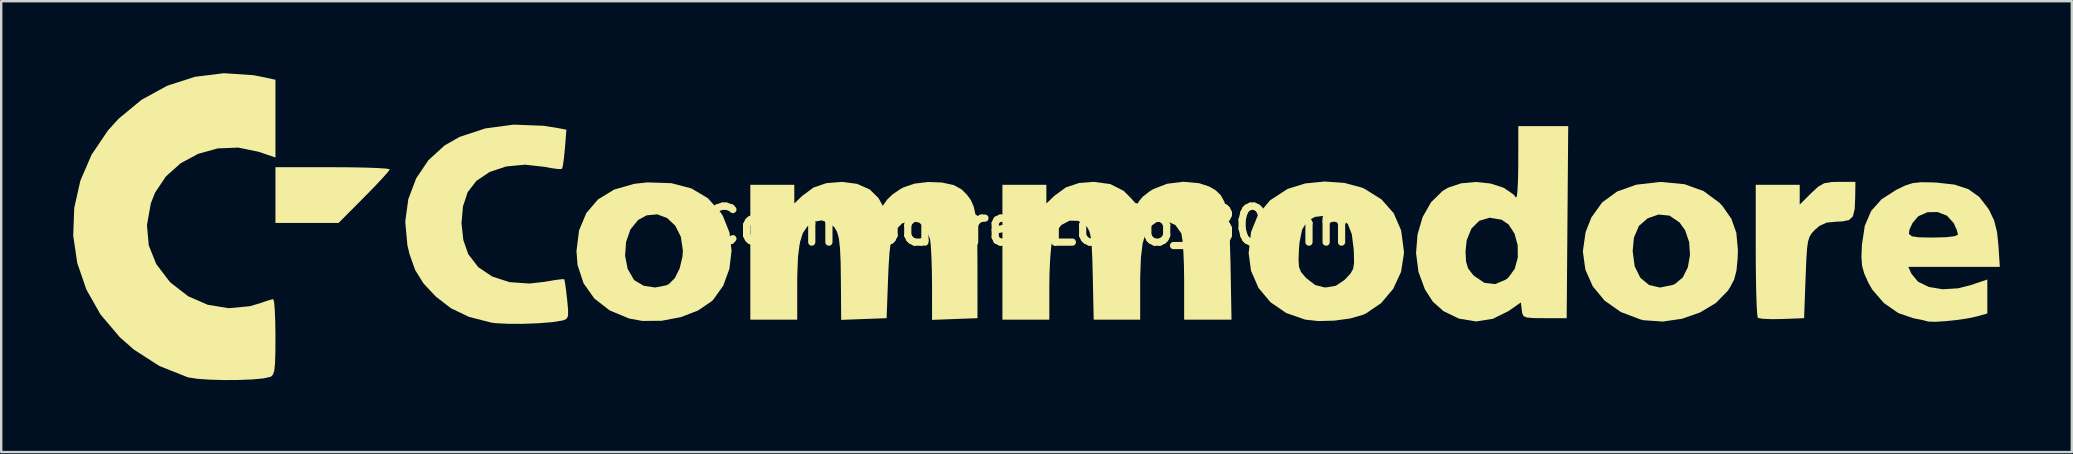
<source format=kicad_pcb>
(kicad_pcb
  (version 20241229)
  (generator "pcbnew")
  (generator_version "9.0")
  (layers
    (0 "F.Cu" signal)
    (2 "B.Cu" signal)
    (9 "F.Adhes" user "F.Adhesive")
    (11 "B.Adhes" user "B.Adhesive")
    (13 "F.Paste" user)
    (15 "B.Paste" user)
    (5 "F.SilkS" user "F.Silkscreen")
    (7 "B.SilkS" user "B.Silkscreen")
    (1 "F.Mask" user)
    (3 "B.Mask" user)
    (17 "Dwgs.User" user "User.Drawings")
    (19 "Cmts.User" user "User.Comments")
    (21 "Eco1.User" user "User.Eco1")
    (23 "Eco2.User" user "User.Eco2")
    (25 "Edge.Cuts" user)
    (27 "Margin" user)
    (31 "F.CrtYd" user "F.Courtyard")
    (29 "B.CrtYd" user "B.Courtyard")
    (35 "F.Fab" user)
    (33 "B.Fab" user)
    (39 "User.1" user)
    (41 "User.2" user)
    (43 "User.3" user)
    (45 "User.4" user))
  (footprint "Commodore_Logo_80mm"
    (layer "F.Cu")
    (at 40.053 6.358)
    (property "Reference" "Commodore_Logo_80mm" (at 0 0 0) (layer "F.SilkS") (effects (font (size 1.5 1.5) (thickness 0.3))))
    (attr board_only exclude_from_pos_files exclude_from_bom)
    (fp_poly (pts (xy -28.202 1.069) (xy -27.813 1.476) (xy -27.455 1.857) (xy -27.185 2.15) (xy -27.115 2.229) (xy -26.823 2.564) (xy -29.225 2.564) (xy -31.628 2.564) (xy -31.628 1.404) (xy -31.628 0.244) (xy -30.312 0.244) (xy -28.996 0.244)) (stroke (width 0) (type solid)) (fill yes) (layer "F.Mask"))
    (fp_poly (pts (xy -28.514 -2.438) (xy -27.873 -2.426) (xy -27.36 -2.407) (xy -27.013 -2.384) (xy -26.867 -2.357) (xy -26.865 -2.353) (xy -26.947 -2.237) (xy -27.169 -1.986) (xy -27.498 -1.636) (xy -27.902 -1.223) (xy -27.931 -1.193) (xy -28.997 -0.122) (xy -30.313 -0.122) (xy -31.628 -0.122) (xy -31.628 -1.282) (xy -31.628 -2.442) (xy -29.247 -2.442)) (stroke (width 0) (type solid)) (fill yes) (layer "F.SilkS"))
    (fp_poly (pts (xy 34.184 -1.191) (xy 34.162 -0.695) (xy 34.087 -0.394) (xy 33.924 -0.24) (xy 33.636 -0.183) (xy 33.424 -0.175) (xy 32.998 -0.135) (xy 32.696 0.001) (xy 32.508 0.163) (xy 32.375 0.306) (xy 32.282 0.454) (xy 32.219 0.655) (xy 32.177 0.953) (xy 32.148 1.395) (xy 32.122 2.027) (xy 32.116 2.17) (xy 32.055 3.847) (xy 31.134 3.882) (xy 30.68 3.888) (xy 30.326 3.872) (xy 30.137 3.838) (xy 30.126 3.831) (xy 30.102 3.689) (xy 30.079 3.339) (xy 30.061 2.816) (xy 30.048 2.158) (xy 30.041 1.4) (xy 30.04 1.018) (xy 30.04 -1.71) (xy 30.956 -1.71) (xy 31.872 -1.71) (xy 31.872 -1.297) (xy 31.872 -0.884) (xy 32.346 -1.358) (xy 32.645 -1.634) (xy 32.896 -1.775) (xy 33.209 -1.826) (xy 33.506 -1.832) (xy 34.192 -1.832)) (stroke (width 0) (type solid)) (fill yes) (layer "F.SilkS"))
    (fp_poly (pts (xy -15.138 -1.777) (xy -14.3 -1.559) (xy -13.616 -1.153) (xy -13.082 -0.559) (xy -12.985 -0.404) (xy -12.713 0.279) (xy -12.627 1.033) (xy -12.717 1.793) (xy -12.975 2.497) (xy -13.392 3.08) (xy -13.453 3.139) (xy -14.024 3.528) (xy -14.745 3.805) (xy -15.541 3.955) (xy -16.337 3.962) (xy -16.892 3.862) (xy -17.703 3.525) (xy -18.342 3.029) (xy -18.793 2.392) (xy -19.042 1.634) (xy -19.073 1.244) (xy -17.062 1.244) (xy -16.956 1.792) (xy -16.701 2.236) (xy -16.665 2.274) (xy -16.287 2.497) (xy -15.812 2.569) (xy -15.343 2.478) (xy -15.246 2.432) (xy -14.991 2.18) (xy -14.787 1.767) (xy -14.67 1.274) (xy -14.654 1.03) (xy -14.74 0.454) (xy -14.973 -0.007) (xy -15.313 -0.326) (xy -15.724 -0.479) (xy -16.165 -0.437) (xy -16.521 -0.242) (xy -16.84 0.151) (xy -17.021 0.672) (xy -17.062 1.244) (xy -19.073 1.244) (xy -19.088 1.057) (xy -18.979 0.189) (xy -18.677 -0.533) (xy -18.188 -1.101) (xy -17.521 -1.509) (xy -16.681 -1.75) (xy -16.133 -1.81)) (stroke (width 0) (type solid)) (fill yes) (layer "F.SilkS"))
    (fp_poly (pts (xy 27.073 -1.734) (xy 27.867 -1.448) (xy 28.52 -0.967) (xy 28.655 -0.824) (xy 29.024 -0.296) (xy 29.232 0.292) (xy 29.297 1.004) (xy 29.287 1.349) (xy 29.237 1.867) (xy 29.137 2.246) (xy 28.954 2.589) (xy 28.872 2.71) (xy 28.382 3.213) (xy 27.726 3.607) (xy 26.967 3.872) (xy 26.166 3.988) (xy 25.386 3.934) (xy 25.245 3.903) (xy 24.416 3.589) (xy 23.746 3.118) (xy 23.25 2.519) (xy 22.942 1.824) (xy 22.838 1.062) (xy 22.84 1.05) (xy 24.912 1.05) (xy 24.996 1.684) (xy 25.232 2.163) (xy 25.595 2.465) (xy 26.056 2.571) (xy 26.592 2.459) (xy 26.67 2.426) (xy 26.999 2.152) (xy 27.212 1.726) (xy 27.302 1.212) (xy 27.266 0.676) (xy 27.097 0.181) (xy 26.864 -0.142) (xy 26.448 -0.425) (xy 25.99 -0.47) (xy 25.54 -0.314) (xy 25.174 0.001) (xy 24.966 0.49) (xy 24.912 1.05) (xy 22.84 1.05) (xy 22.952 0.264) (xy 23.194 -0.351) (xy 23.644 -0.977) (xy 24.267 -1.431) (xy 25.062 -1.714) (xy 26.025 -1.824) (xy 26.133 -1.825)) (stroke (width 0) (type solid)) (fill yes) (layer "F.SilkS"))
    (fp_poly (pts (xy -20.459 -4.168) (xy -19.859 -4.073) (xy -19.507 -4.004) (xy -19.57 -3.216) (xy -19.611 -2.803) (xy -19.655 -2.498) (xy -19.69 -2.372) (xy -19.831 -2.364) (xy -20.134 -2.404) (xy -20.397 -2.455) (xy -21.235 -2.548) (xy -22.018 -2.473) (xy -22.707 -2.243) (xy -23.26 -1.87) (xy -23.619 -1.404) (xy -23.816 -0.809) (xy -23.877 -0.112) (xy -23.802 0.587) (xy -23.597 1.178) (xy -23.18 1.721) (xy -22.595 2.114) (xy -21.875 2.346) (xy -21.054 2.404) (xy -20.439 2.336) (xy -20.028 2.266) (xy -19.725 2.225) (xy -19.597 2.223) (xy -19.597 2.223) (xy -19.568 2.353) (xy -19.524 2.66) (xy -19.477 3.067) (xy -19.436 3.499) (xy -19.438 3.748) (xy -19.496 3.872) (xy -19.625 3.931) (xy -19.679 3.945) (xy -20.095 4.012) (xy -20.667 4.058) (xy -21.309 4.083) (xy -21.932 4.082) (xy -22.45 4.055) (xy -22.649 4.029) (xy -23.565 3.793) (xy -24.323 3.43) (xy -24.95 2.944) (xy -25.46 2.4) (xy -25.807 1.842) (xy -26.044 1.177) (xy -26.132 0.801) (xy -26.221 -0.172) (xy -26.094 -1.109) (xy -25.768 -1.973) (xy -25.259 -2.73) (xy -24.585 -3.346) (xy -23.959 -3.704) (xy -22.881 -4.059) (xy -21.7 -4.216)) (stroke (width 0) (type solid)) (fill yes) (layer "F.SilkS"))
    (fp_poly (pts (xy 12.898 -1.789) (xy 13.629 -1.593) (xy 13.739 -1.545) (xy 14.45 -1.101) (xy 14.958 -0.525) (xy 15.268 0.191) (xy 15.382 1.053) (xy 15.383 1.16) (xy 15.264 1.92) (xy 14.937 2.624) (xy 14.435 3.22) (xy 13.795 3.654) (xy 13.672 3.709) (xy 13.144 3.86) (xy 12.491 3.949) (xy 11.825 3.967) (xy 11.274 3.908) (xy 10.478 3.631) (xy 9.819 3.178) (xy 9.321 2.579) (xy 9.012 1.866) (xy 8.954 1.428) (xy 10.993 1.428) (xy 11.014 1.718) (xy 11.096 1.922) (xy 11.259 2.118) (xy 11.334 2.194) (xy 11.685 2.466) (xy 12.061 2.562) (xy 12.15 2.564) (xy 12.544 2.498) (xy 12.892 2.267) (xy 12.967 2.194) (xy 13.162 1.983) (xy 13.268 1.791) (xy 13.307 1.537) (xy 13.299 1.145) (xy 13.29 0.972) (xy 13.212 0.347) (xy 13.047 -0.072) (xy 12.769 -0.318) (xy 12.352 -0.42) (xy 12.15 -0.427) (xy 11.674 -0.372) (xy 11.346 -0.185) (xy 11.14 0.164) (xy 11.032 0.706) (xy 11.011 0.972) (xy 10.993 1.428) (xy 8.954 1.428) (xy 8.915 1.133) (xy 9.014 0.26) (xy 9.31 -0.471) (xy 9.806 -1.062) (xy 10.504 -1.517) (xy 10.562 -1.545) (xy 11.268 -1.765) (xy 12.079 -1.846)) (stroke (width 0) (type solid)) (fill yes) (layer "F.SilkS"))
    (fp_poly (pts (xy 22.196 -0.153) (xy 22.164 3.847) (xy 21.248 3.847) (xy 20.782 3.843) (xy 20.506 3.82) (xy 20.367 3.758) (xy 20.312 3.64) (xy 20.294 3.519) (xy 20.256 3.19) (xy 19.745 3.549) (xy 19.09 3.873) (xy 18.388 3.983) (xy 17.699 3.87) (xy 17.653 3.854) (xy 17.036 3.557) (xy 16.588 3.16) (xy 16.259 2.649) (xy 15.988 1.911) (xy 15.889 1.13) (xy 15.894 1.064) (xy 17.951 1.064) (xy 17.971 1.486) (xy 18.055 1.769) (xy 18.24 2.015) (xy 18.308 2.085) (xy 18.736 2.376) (xy 19.185 2.428) (xy 19.628 2.24) (xy 19.731 2.16) (xy 20 1.791) (xy 20.128 1.318) (xy 20.123 0.807) (xy 19.992 0.326) (xy 19.744 -0.057) (xy 19.45 -0.255) (xy 18.95 -0.339) (xy 18.522 -0.209) (xy 18.196 0.114) (xy 17.998 0.603) (xy 17.951 1.064) (xy 15.894 1.064) (xy 15.951 0.356) (xy 16.163 -0.365) (xy 16.515 -0.984) (xy 16.996 -1.454) (xy 17.214 -1.585) (xy 17.767 -1.771) (xy 18.383 -1.827) (xy 18.997 -1.762) (xy 19.541 -1.585) (xy 19.949 -1.307) (xy 20.056 -1.175) (xy 20.089 -1.237) (xy 20.117 -1.501) (xy 20.137 -1.93) (xy 20.147 -2.48) (xy 20.147 -2.595) (xy 20.149 -4.152) (xy 21.189 -4.152) (xy 22.228 -4.152)) (stroke (width 0) (type solid)) (fill yes) (layer "F.SilkS"))
    (fp_poly (pts (xy -32.553 -6.276) (xy -32.244 -6.218) (xy -31.628 -6.086) (xy -31.628 -4.466) (xy -31.628 -2.847) (xy -32.33 -3.085) (xy -33.182 -3.26) (xy -34.033 -3.225) (xy -34.845 -3.001) (xy -35.577 -2.607) (xy -36.19 -2.06) (xy -36.644 -1.382) (xy -36.821 -0.93) (xy -36.981 -0.027) (xy -36.906 0.812) (xy -36.595 1.591) (xy -36.046 2.313) (xy -35.982 2.378) (xy -35.263 2.935) (xy -34.447 3.29) (xy -33.577 3.431) (xy -32.697 3.349) (xy -32.3 3.233) (xy -31.976 3.123) (xy -31.755 3.06) (xy -31.719 3.055) (xy -31.685 3.169) (xy -31.657 3.481) (xy -31.637 3.947) (xy -31.628 4.521) (xy -31.628 4.627) (xy -31.631 5.282) (xy -31.646 5.734) (xy -31.675 6.022) (xy -31.726 6.188) (xy -31.803 6.273) (xy -31.842 6.292) (xy -32.122 6.355) (xy -32.581 6.398) (xy -33.152 6.421) (xy -33.771 6.425) (xy -34.371 6.408) (xy -34.888 6.372) (xy -35.256 6.314) (xy -35.291 6.305) (xy -36.466 5.838) (xy -37.53 5.153) (xy -38.113 4.64) (xy -38.915 3.694) (xy -39.505 2.654) (xy -39.885 1.548) (xy -40.053 0.405) (xy -40.01 -0.747) (xy -39.756 -1.878) (xy -39.289 -2.961) (xy -38.611 -3.967) (xy -38.164 -4.46) (xy -37.208 -5.25) (xy -36.137 -5.836) (xy -34.983 -6.208) (xy -33.778 -6.358)) (stroke (width 0) (type solid)) (fill yes) (layer "F.SilkS"))
    (fp_poly (pts (xy 37.4 -1.81) (xy 37.56 -1.803) (xy 38.32 -1.718) (xy 38.9 -1.527) (xy 39.351 -1.204) (xy 39.724 -0.723) (xy 39.769 -0.648) (xy 39.973 -0.219) (xy 40.094 0.262) (xy 40.15 0.807) (xy 40.208 1.71) (xy 38.302 1.71) (xy 36.396 1.71) (xy 36.529 2.001) (xy 36.805 2.331) (xy 37.253 2.548) (xy 37.822 2.642) (xy 38.461 2.604) (xy 38.985 2.473) (xy 39.688 2.236) (xy 39.688 2.944) (xy 39.688 3.652) (xy 39.23 3.779) (xy 38.869 3.856) (xy 38.413 3.923) (xy 37.938 3.972) (xy 37.521 3.997) (xy 37.239 3.989) (xy 37.184 3.976) (xy 36.989 3.925) (xy 36.672 3.863) (xy 36.622 3.854) (xy 35.977 3.633) (xy 35.381 3.218) (xy 34.897 2.66) (xy 34.731 2.37) (xy 34.559 1.986) (xy 34.469 1.659) (xy 34.443 1.288) (xy 34.464 0.783) (xy 34.532 0.338) (xy 36.422 0.338) (xy 36.546 0.436) (xy 36.845 0.479) (xy 37.352 0.488) (xy 37.428 0.488) (xy 37.966 0.474) (xy 38.321 0.433) (xy 38.465 0.369) (xy 38.466 0.36) (xy 38.414 0.169) (xy 38.288 -0.112) (xy 38.287 -0.114) (xy 38.006 -0.424) (xy 37.616 -0.575) (xy 37.193 -0.567) (xy 36.812 -0.399) (xy 36.571 -0.118) (xy 36.442 0.161) (xy 36.422 0.338) (xy 34.532 0.338) (xy 34.583 -0.002) (xy 34.846 -0.617) (xy 35.28 -1.105) (xy 35.903 -1.505) (xy 36.271 -1.681) (xy 36.582 -1.78) (xy 36.928 -1.817)) (stroke (width 0) (type solid)) (fill yes) (layer "F.SilkS"))
    (fp_poly (pts (xy 6.855 -1.775) (xy 7.269 -1.639) (xy 7.539 -1.483) (xy 7.747 -1.283) (xy 7.902 -1.006) (xy 8.012 -0.62) (xy 8.085 -0.092) (xy 8.131 0.61) (xy 8.158 1.519) (xy 8.161 1.679) (xy 8.201 3.908) (xy 7.215 3.908) (xy 6.228 3.908) (xy 6.228 2.267) (xy 6.219 1.631) (xy 6.195 1.059) (xy 6.16 0.609) (xy 6.116 0.336) (xy 6.108 0.312) (xy 5.867 -0.029) (xy 5.509 -0.197) (xy 5.11 -0.162) (xy 5.061 -0.141) (xy 4.808 0.033) (xy 4.623 0.312) (xy 4.499 0.729) (xy 4.427 1.314) (xy 4.398 2.101) (xy 4.396 2.377) (xy 4.396 3.908) (xy 3.428 3.908) (xy 2.46 3.908) (xy 2.421 2.088) (xy 2.402 1.368) (xy 2.377 0.85) (xy 2.341 0.493) (xy 2.289 0.256) (xy 2.215 0.097) (xy 2.149 0.012) (xy 1.817 -0.207) (xy 1.455 -0.216) (xy 1.113 -0.035) (xy 0.842 0.315) (xy 0.738 0.584) (xy 0.687 0.889) (xy 0.646 1.369) (xy 0.619 1.953) (xy 0.611 2.473) (xy 0.611 3.908) (xy -0.366 3.908) (xy -1.343 3.908) (xy -1.343 1.099) (xy -1.343 -1.71) (xy -0.427 -1.71) (xy 0.488 -1.71) (xy 0.488 -1.32) (xy 0.488 -0.931) (xy 0.824 -1.252) (xy 1.3 -1.601) (xy 1.853 -1.785) (xy 2.456 -1.832) (xy 3.155 -1.739) (xy 3.711 -1.456) (xy 4.017 -1.148) (xy 4.196 -0.947) (xy 4.295 -0.932) (xy 4.348 -1.027) (xy 4.494 -1.205) (xy 4.776 -1.426) (xy 4.94 -1.53) (xy 5.519 -1.753) (xy 6.192 -1.836)) (stroke (width 0) (type solid)) (fill yes) (layer "F.SilkS"))
    (fp_poly (pts (xy -7.396 -1.748) (xy -6.874 -1.517) (xy -6.512 -1.166) (xy -6.469 -1.094) (xy -6.329 -0.831) (xy -6.148 -1.089) (xy -5.928 -1.304) (xy -5.592 -1.533) (xy -5.467 -1.602) (xy -4.997 -1.759) (xy -4.438 -1.826) (xy -3.871 -1.806) (xy -3.377 -1.7) (xy -3.049 -1.523) (xy -2.825 -1.301) (xy -2.657 -1.073) (xy -2.538 -0.799) (xy -2.459 -0.44) (xy -2.412 0.042) (xy -2.389 0.685) (xy -2.383 1.529) (xy -2.383 1.649) (xy -2.381 3.847) (xy -3.328 3.882) (xy -4.274 3.918) (xy -4.275 2.478) (xy -4.282 1.858) (xy -4.301 1.282) (xy -4.327 0.82) (xy -4.354 0.571) (xy -4.518 0.135) (xy -4.804 -0.131) (xy -5.156 -0.215) (xy -5.519 -0.102) (xy -5.829 0.21) (xy -5.924 0.407) (xy -5.995 0.692) (xy -6.046 1.109) (xy -6.085 1.701) (xy -6.106 2.192) (xy -6.167 3.847) (xy -7.113 3.882) (xy -8.06 3.918) (xy -8.072 2.295) (xy -8.083 1.51) (xy -8.109 0.932) (xy -8.156 0.521) (xy -8.234 0.242) (xy -8.35 0.054) (xy -8.511 -0.078) (xy -8.572 -0.115) (xy -8.868 -0.228) (xy -9.15 -0.175) (xy -9.215 -0.147) (xy -9.472 0.028) (xy -9.659 0.303) (xy -9.785 0.713) (xy -9.859 1.288) (xy -9.889 2.063) (xy -9.891 2.377) (xy -9.891 3.908) (xy -10.868 3.908) (xy -11.845 3.908) (xy -11.845 1.099) (xy -11.845 -1.71) (xy -10.929 -1.71) (xy -10.013 -1.71) (xy -10.013 -1.32) (xy -10.013 -0.931) (xy -9.678 -1.252) (xy -9.215 -1.594) (xy -8.678 -1.778) (xy -8.021 -1.831)) (stroke (width 0) (type solid)) (fill yes) (layer "F.SilkS")))
  (gr_rect
    (start -3 -3)
    (end 83.262 15.783)
    (stroke (width 0.1) (type default))
    (fill no)
    (layer "Edge.Cuts")))
</source>
